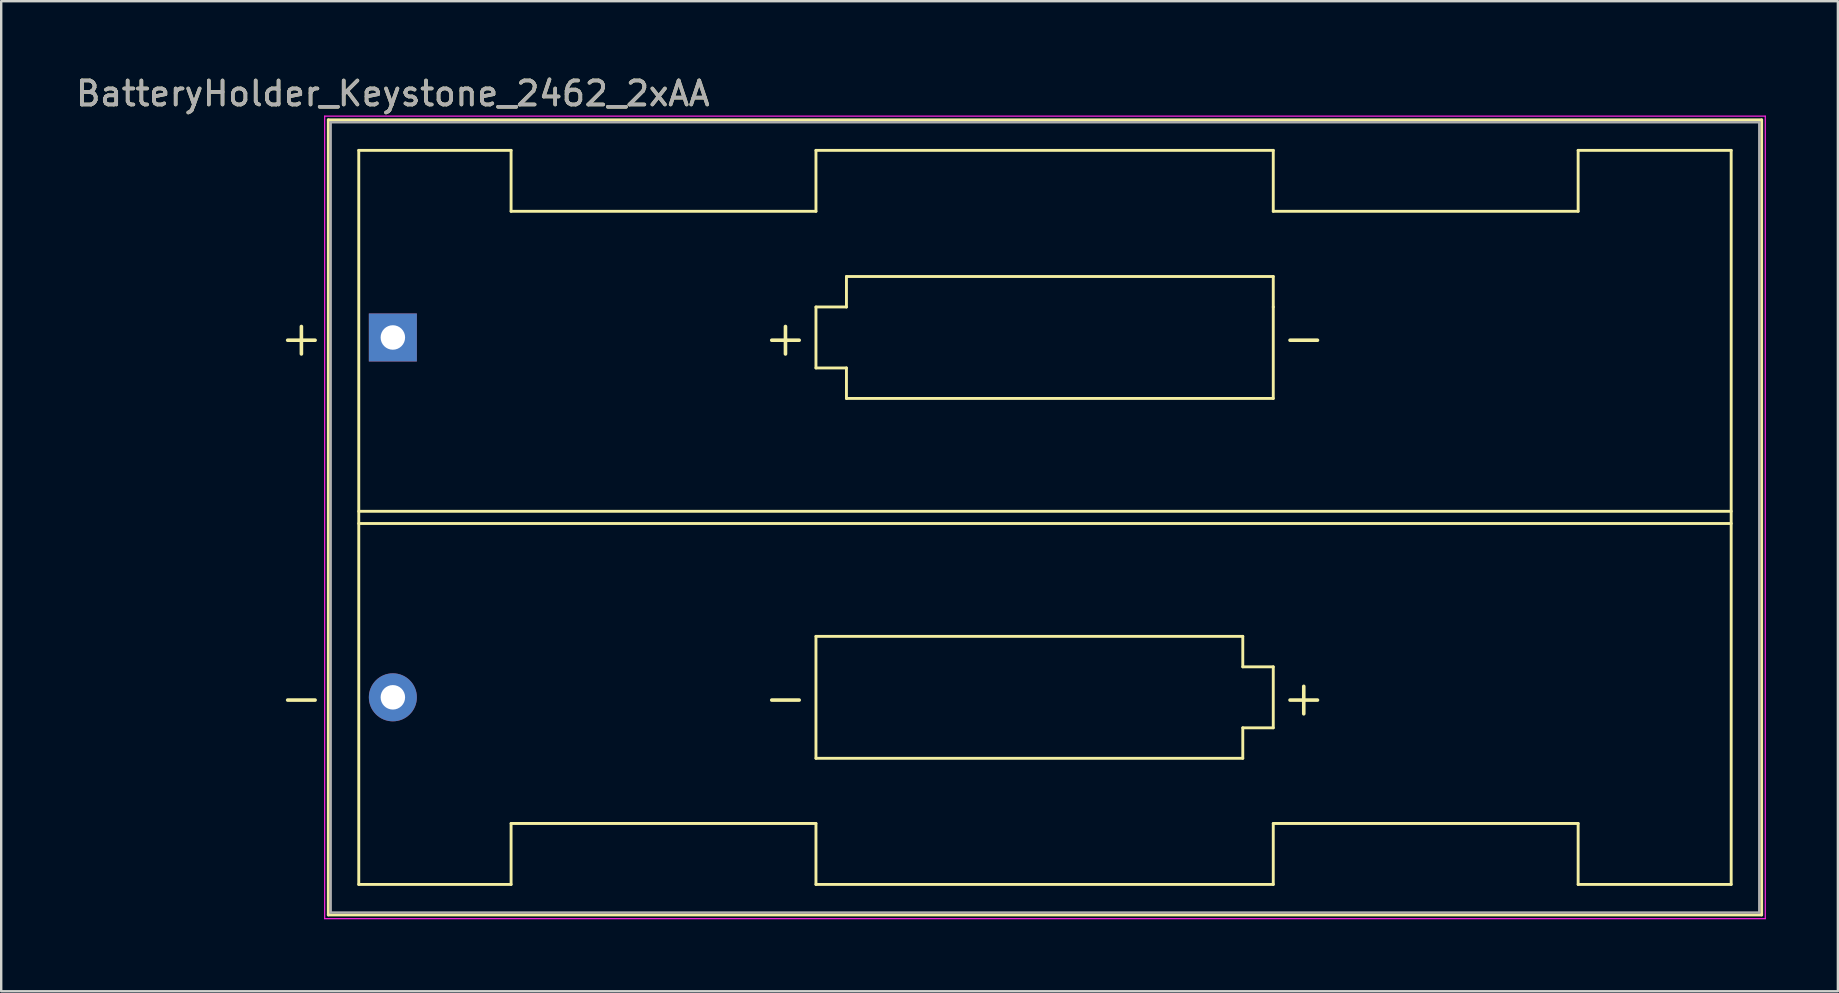
<source format=kicad_pcb>
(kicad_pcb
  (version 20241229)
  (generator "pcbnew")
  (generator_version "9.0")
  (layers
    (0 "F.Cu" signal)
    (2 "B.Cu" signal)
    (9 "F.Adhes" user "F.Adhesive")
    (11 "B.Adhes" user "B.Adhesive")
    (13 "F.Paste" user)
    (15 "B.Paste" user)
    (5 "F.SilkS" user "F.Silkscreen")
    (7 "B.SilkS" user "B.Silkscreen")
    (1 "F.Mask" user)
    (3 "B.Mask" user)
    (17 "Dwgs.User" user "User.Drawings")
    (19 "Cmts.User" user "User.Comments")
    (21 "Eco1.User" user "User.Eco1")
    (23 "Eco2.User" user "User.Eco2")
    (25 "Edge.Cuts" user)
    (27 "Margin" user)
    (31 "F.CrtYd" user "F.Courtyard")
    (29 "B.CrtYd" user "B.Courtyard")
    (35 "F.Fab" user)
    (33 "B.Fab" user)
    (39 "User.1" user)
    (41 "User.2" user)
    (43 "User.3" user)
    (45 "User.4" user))
  (footprint "BatteryHolder_Keystone_2462_2xAA"
    (layer "F.Cu")
    (at 13.315 11.008)
    (property "Reference" "BatteryHolder_Keystone_2462_2xAA" (at 0 -10.16 180) (layer "F.SilkS") (effects (font (size 1 1) (thickness 0.15))))
    (attr through_hole)
    (fp_line (start -2.69 -9.065) (end -2.69 24.055) (stroke (width 0.12) (type solid)) (layer "F.SilkS"))
    (fp_line (start -2.69 24.055) (end 57.02 24.055) (stroke (width 0.12) (type solid)) (layer "F.SilkS"))
    (fp_line (start -1.42 -7.795) (end -1.42 22.785) (stroke (width 0.12) (type solid)) (layer "F.SilkS"))
    (fp_line (start -1.42 7.241) (end 55.75 7.241) (stroke (width 0.12) (type solid)) (layer "F.SilkS"))
    (fp_line (start -1.42 22.785) (end 4.925 22.785) (stroke (width 0.12) (type solid)) (layer "F.SilkS"))
    (fp_line (start 4.925 -7.795) (end -1.42 -7.795) (stroke (width 0.12) (type solid)) (layer "F.SilkS"))
    (fp_line (start 4.925 -5.255) (end 4.925 -7.795) (stroke (width 0.12) (type solid)) (layer "F.SilkS"))
    (fp_line (start 4.925 -5.255) (end 17.625 -5.255) (stroke (width 0.12) (type solid)) (layer "F.SilkS"))
    (fp_line (start 4.925 20.245) (end 17.625 20.245) (stroke (width 0.12) (type solid)) (layer "F.SilkS"))
    (fp_line (start 4.925 22.785) (end 4.925 20.245) (stroke (width 0.12) (type solid)) (layer "F.SilkS"))
    (fp_line (start 17.625 -7.795) (end 17.625 -5.255) (stroke (width 0.12) (type solid)) (layer "F.SilkS"))
    (fp_line (start 17.625 -1.27) (end 18.895 -1.27) (stroke (width 0.12) (type solid)) (layer "F.SilkS"))
    (fp_line (start 17.625 1.27) (end 17.625 -1.27) (stroke (width 0.12) (type solid)) (layer "F.SilkS"))
    (fp_line (start 17.625 12.45) (end 35.405 12.45) (stroke (width 0.12) (type solid)) (layer "F.SilkS"))
    (fp_line (start 17.625 17.53) (end 17.625 12.45) (stroke (width 0.12) (type solid)) (layer "F.SilkS"))
    (fp_line (start 17.625 20.245) (end 17.625 22.785) (stroke (width 0.12) (type solid)) (layer "F.SilkS"))
    (fp_line (start 17.625 22.785) (end 36.675 22.785) (stroke (width 0.12) (type solid)) (layer "F.SilkS"))
    (fp_line (start 18.895 -2.54) (end 36.675 -2.54) (stroke (width 0.12) (type solid)) (layer "F.SilkS"))
    (fp_line (start 18.895 -1.27) (end 18.895 -2.54) (stroke (width 0.12) (type solid)) (layer "F.SilkS"))
    (fp_line (start 18.895 1.27) (end 17.625 1.27) (stroke (width 0.12) (type solid)) (layer "F.SilkS"))
    (fp_line (start 18.895 2.54) (end 18.895 1.27) (stroke (width 0.12) (type solid)) (layer "F.SilkS"))
    (fp_line (start 35.405 12.45) (end 35.405 13.72) (stroke (width 0.12) (type solid)) (layer "F.SilkS"))
    (fp_line (start 35.405 13.72) (end 36.675 13.72) (stroke (width 0.12) (type solid)) (layer "F.SilkS"))
    (fp_line (start 35.405 16.26) (end 35.405 17.53) (stroke (width 0.12) (type solid)) (layer "F.SilkS"))
    (fp_line (start 35.405 17.53) (end 17.625 17.53) (stroke (width 0.12) (type solid)) (layer "F.SilkS"))
    (fp_line (start 36.675 -7.795) (end 17.625 -7.795) (stroke (width 0.12) (type solid)) (layer "F.SilkS"))
    (fp_line (start 36.675 -5.255) (end 36.675 -7.795) (stroke (width 0.12) (type solid)) (layer "F.SilkS"))
    (fp_line (start 36.675 -2.54) (end 36.675 -1.27) (stroke (width 0.12) (type solid)) (layer "F.SilkS"))
    (fp_line (start 36.675 -1.27) (end 36.675 2.54) (stroke (width 0.12) (type solid)) (layer "F.SilkS"))
    (fp_line (start 36.675 2.54) (end 18.895 2.54) (stroke (width 0.12) (type solid)) (layer "F.SilkS"))
    (fp_line (start 36.675 13.72) (end 36.675 16.26) (stroke (width 0.12) (type solid)) (layer "F.SilkS"))
    (fp_line (start 36.675 16.26) (end 35.405 16.26) (stroke (width 0.12) (type solid)) (layer "F.SilkS"))
    (fp_line (start 36.675 22.785) (end 36.675 20.245) (stroke (width 0.12) (type solid)) (layer "F.SilkS"))
    (fp_line (start 49.375 -7.795) (end 49.375 -5.255) (stroke (width 0.12) (type solid)) (layer "F.SilkS"))
    (fp_line (start 49.375 -5.255) (end 36.675 -5.255) (stroke (width 0.12) (type solid)) (layer "F.SilkS"))
    (fp_line (start 49.375 20.245) (end 36.675 20.245) (stroke (width 0.12) (type solid)) (layer "F.SilkS"))
    (fp_line (start 49.375 22.785) (end 49.375 20.245) (stroke (width 0.12) (type solid)) (layer "F.SilkS"))
    (fp_line (start 55.75 -7.795) (end 49.375 -7.795) (stroke (width 0.12) (type solid)) (layer "F.SilkS"))
    (fp_line (start 55.75 -7.795) (end 55.75 22.785) (stroke (width 0.12) (type solid)) (layer "F.SilkS"))
    (fp_line (start 55.75 7.749) (end -1.42 7.749) (stroke (width 0.12) (type solid)) (layer "F.SilkS"))
    (fp_line (start 55.75 22.785) (end 49.375 22.785) (stroke (width 0.12) (type solid)) (layer "F.SilkS"))
    (fp_line (start 57.02 -9.065) (end -2.69 -9.065) (stroke (width 0.12) (type solid)) (layer "F.SilkS"))
    (fp_line (start 57.02 24.055) (end 57.02 -9.065) (stroke (width 0.12) (type solid)) (layer "F.SilkS"))
    (fp_line (start -2.84 -9.22) (end -2.84 24.21) (stroke (width 0.05) (type solid)) (layer "F.CrtYd"))
    (fp_line (start -2.84 24.21) (end 57.17 24.21) (stroke (width 0.05) (type solid)) (layer "F.CrtYd"))
    (fp_line (start 57.17 -9.22) (end -2.84 -9.22) (stroke (width 0.05) (type solid)) (layer "F.CrtYd"))
    (fp_line (start 57.17 24.21) (end 57.17 -9.22) (stroke (width 0.05) (type solid)) (layer "F.CrtYd"))
    (fp_line (start -2.59 -8.965) (end 56.92 -8.965) (stroke (width 0.1) (type solid)) (layer "F.Fab"))
    (fp_line (start -2.59 23.955) (end -2.59 -8.965) (stroke (width 0.1) (type solid)) (layer "F.Fab"))
    (fp_line (start -2.59 23.955) (end 56.92 23.955) (stroke (width 0.1) (type solid)) (layer "F.Fab"))
    (fp_line (start 56.92 23.955) (end 56.92 -8.965) (stroke (width 0.1) (type solid)) (layer "F.Fab"))
    (fp_text user "-" (at -3.81 14.99 0) (layer "F.SilkS") (effects (font (size 1.5 1.5) (thickness 0.15))))
    (fp_text user "+" (at 16.355 0 0) (layer "F.SilkS") (effects (font (size 1.5 1.5) (thickness 0.15))))
    (fp_text user "-" (at 16.355 14.99 0) (layer "F.SilkS") (effects (font (size 1.5 1.5) (thickness 0.15))))
    (fp_text user "+" (at 37.945 14.99 0) (layer "F.SilkS") (effects (font (size 1.5 1.5) (thickness 0.15))))
    (fp_text user "-" (at 37.945 0 0) (layer "F.SilkS") (effects (font (size 1.5 1.5) (thickness 0.15))))
    (fp_text user "+" (at -3.81 0 0) (layer "F.SilkS") (effects (font (size 1.5 1.5) (thickness 0.15))))
    (fp_text user "${REFERENCE}" (at 0 -10.16 0) (layer "F.Fab") (effects (font (size 1 1) (thickness 0.15))))
    (pad "1" thru_hole rect (at 0 0) (size 2 2) (drill 1.02) (layers "*.Cu" "*.Mask"))
    (pad "2" thru_hole circle (at 0 14.99) (size 2 2) (drill 1.02) (layers "*.Cu" "*.Mask")))
  (gr_rect
    (start -3 -3)
    (end 73.51 38.243)
    (stroke (width 0.1) (type default))
    (fill no)
    (layer "Edge.Cuts")))
</source>
